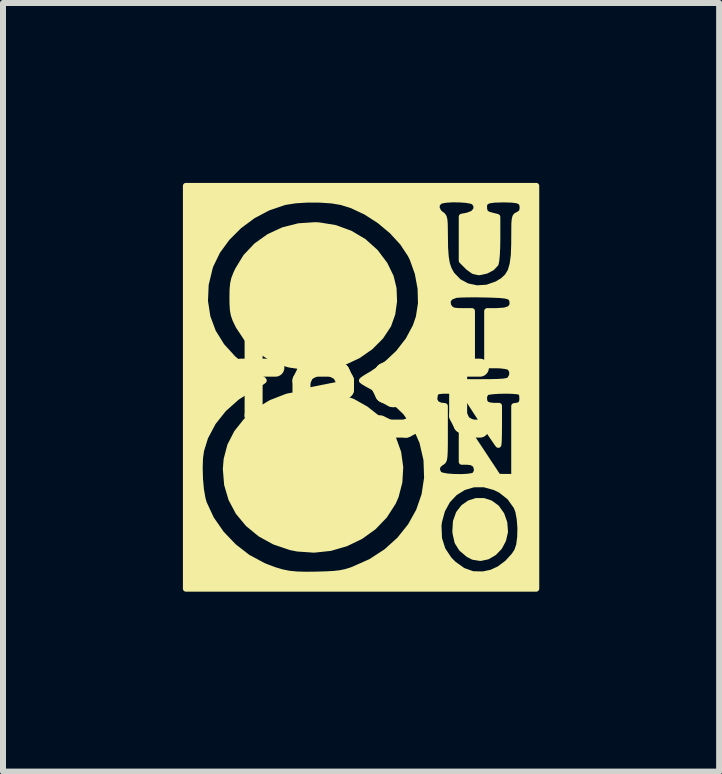
<source format=kicad_pcb>
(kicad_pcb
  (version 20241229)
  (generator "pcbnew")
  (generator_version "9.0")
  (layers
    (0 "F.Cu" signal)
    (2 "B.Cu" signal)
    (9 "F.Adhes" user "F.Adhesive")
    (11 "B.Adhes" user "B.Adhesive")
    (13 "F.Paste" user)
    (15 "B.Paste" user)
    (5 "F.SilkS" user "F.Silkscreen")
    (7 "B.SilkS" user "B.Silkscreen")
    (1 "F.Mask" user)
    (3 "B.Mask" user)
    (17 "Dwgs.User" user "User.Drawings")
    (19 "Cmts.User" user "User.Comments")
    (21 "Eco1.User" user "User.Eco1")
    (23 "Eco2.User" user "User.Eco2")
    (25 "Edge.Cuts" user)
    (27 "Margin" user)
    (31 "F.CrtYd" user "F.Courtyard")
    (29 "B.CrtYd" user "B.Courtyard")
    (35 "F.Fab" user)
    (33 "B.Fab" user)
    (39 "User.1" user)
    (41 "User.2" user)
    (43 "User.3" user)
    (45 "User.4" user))
  (footprint "test"
    (layer "F.Cu")
    (at 2.957 3.408)
    (property "Reference" "test" (at 0 0 0) (layer "F.SilkS") (effects (font (size 1.524 1.524) (thickness 0.3))))
    (attr through_hole)
    (fp_poly (pts (xy 2.414 2.409) (xy 2.383 2.545) (xy 2.32 2.664) (xy 2.23 2.758) (xy 2.122 2.821) (xy 2.004 2.846) (xy 1.883 2.827) (xy 1.806 2.787) (xy 1.691 2.69) (xy 1.622 2.58) (xy 1.59 2.439) (xy 1.586 2.402) (xy 1.596 2.239) (xy 1.644 2.105) (xy 1.723 2.003) (xy 1.823 1.933) (xy 1.937 1.897) (xy 2.056 1.897) (xy 2.17 1.934) (xy 2.273 2.009) (xy 2.355 2.124) (xy 2.403 2.262) (xy 2.414 2.409)) (stroke (width 0.1) (type solid)) (fill yes) (layer "F.SilkS"))
    (fp_poly (pts (xy 0.667 1.333) (xy 0.653 1.579) (xy 0.592 1.815) (xy 0.548 1.916) (xy 0.405 2.139) (xy 0.222 2.33) (xy 0.005 2.486) (xy -0.238 2.603) (xy -0.499 2.679) (xy -0.77 2.708) (xy -1.045 2.689) (xy -1.157 2.667) (xy -1.429 2.575) (xy -1.667 2.444) (xy -1.869 2.278) (xy -2.031 2.083) (xy -2.149 1.862) (xy -2.22 1.62) (xy -2.241 1.363) (xy -2.228 1.203) (xy -2.168 0.974) (xy -2.058 0.759) (xy -1.904 0.565) (xy -1.712 0.396) (xy -1.487 0.26) (xy -1.236 0.162) (xy -1.199 0.151) (xy -1.063 0.127) (xy -0.892 0.116) (xy -0.707 0.116) (xy -0.528 0.129) (xy -0.377 0.153) (xy -0.357 0.158) (xy -0.127 0.24) (xy 0.091 0.363) (xy 0.286 0.516) (xy 0.447 0.692) (xy 0.551 0.86) (xy 0.633 1.088) (xy 0.667 1.333)) (stroke (width 0.1) (type solid)) (fill yes) (layer "F.SilkS"))
    (fp_poly (pts (xy 0.564 -1.435) (xy 0.535 -1.226) (xy 0.469 -1.04) (xy 0.468 -1.037) (xy 0.341 -0.845) (xy 0.17 -0.673) (xy -0.035 -0.53) (xy -0.263 -0.423) (xy -0.363 -0.39) (xy -0.55 -0.355) (xy -0.764 -0.341) (xy -0.979 -0.349) (xy -1.174 -0.378) (xy -1.228 -0.392) (xy -1.484 -0.492) (xy -1.706 -0.633) (xy -1.889 -0.81) (xy -2.028 -1.019) (xy -2.038 -1.039) (xy -2.083 -1.134) (xy -2.11 -1.212) (xy -2.124 -1.293) (xy -2.13 -1.396) (xy -2.131 -1.495) (xy -2.129 -1.629) (xy -2.12 -1.726) (xy -2.102 -1.807) (xy -2.069 -1.892) (xy -2.04 -1.955) (xy -1.907 -2.173) (xy -1.732 -2.359) (xy -1.522 -2.509) (xy -1.284 -2.619) (xy -1.025 -2.685) (xy -0.753 -2.703) (xy -0.69 -2.7) (xy -0.419 -2.656) (xy -0.167 -2.564) (xy 0.059 -2.429) (xy 0.253 -2.255) (xy 0.409 -2.047) (xy 0.509 -1.841) (xy 0.556 -1.647) (xy 0.564 -1.435)) (stroke (width 0.1) (type solid)) (fill yes) (layer "F.SilkS"))
    (fp_poly (pts (xy 2.935 3.358) (xy 2.709 3.358) (xy 2.709 -2.985) (xy 2.703 -3.049) (xy 2.677 -3.092) (xy 2.622 -3.117) (xy 2.531 -3.129) (xy 2.392 -3.133) (xy 2.383 -3.133) (xy 2.24 -3.129) (xy 2.144 -3.116) (xy 2.089 -3.089) (xy 2.065 -3.044) (xy 2.065 -2.977) (xy 2.065 -2.972) (xy 2.082 -2.916) (xy 2.126 -2.883) (xy 2.18 -2.867) (xy 2.286 -2.84) (xy 2.286 -2.477) (xy 2.284 -2.335) (xy 2.278 -2.21) (xy 2.269 -2.114) (xy 2.258 -2.061) (xy 2.257 -2.059) (xy 2.196 -1.994) (xy 2.101 -1.944) (xy 1.994 -1.92) (xy 1.974 -1.919) (xy 1.89 -1.938) (xy 1.804 -2) (xy 1.789 -2.015) (xy 1.693 -2.111) (xy 1.693 -2.478) (xy 1.693 -2.844) (xy 1.792 -2.863) (xy 1.882 -2.898) (xy 1.933 -2.956) (xy 1.94 -3.025) (xy 1.903 -3.088) (xy 1.853 -3.11) (xy 1.764 -3.125) (xy 1.652 -3.133) (xy 1.534 -3.134) (xy 1.426 -3.127) (xy 1.346 -3.112) (xy 1.325 -3.103) (xy 1.278 -3.052) (xy 1.274 -2.984) (xy 1.31 -2.916) (xy 1.341 -2.89) (xy 1.371 -2.868) (xy 1.391 -2.841) (xy 1.403 -2.798) (xy 1.409 -2.729) (xy 1.411 -2.622) (xy 1.412 -2.516) (xy 1.415 -2.322) (xy 1.426 -2.174) (xy 1.445 -2.06) (xy 1.476 -1.969) (xy 1.52 -1.889) (xy 1.527 -1.878) (xy 1.64 -1.761) (xy 1.783 -1.684) (xy 1.945 -1.65) (xy 2.115 -1.661) (xy 2.279 -1.718) (xy 2.379 -1.778) (xy 2.454 -1.848) (xy 2.507 -1.936) (xy 2.541 -2.051) (xy 2.561 -2.202) (xy 2.568 -2.397) (xy 2.568 -2.469) (xy 2.569 -2.623) (xy 2.57 -2.729) (xy 2.576 -2.798) (xy 2.586 -2.839) (xy 2.602 -2.861) (xy 2.627 -2.874) (xy 2.639 -2.879) (xy 2.694 -2.918) (xy 2.709 -2.985) (xy 2.709 3.358) (xy 2.704 3.358) (xy 2.704 0.201) (xy 2.7 0.122) (xy 2.676 0.081) (xy 2.626 0.067) (xy 2.54 0.06) (xy 2.54 -1.391) (xy 2.536 -1.446) (xy 2.52 -1.485) (xy 2.485 -1.512) (xy 2.422 -1.529) (xy 2.322 -1.539) (xy 2.179 -1.545) (xy 2.085 -1.547) (xy 1.931 -1.55) (xy 1.791 -1.549) (xy 1.677 -1.546) (xy 1.602 -1.541) (xy 1.59 -1.539) (xy 1.501 -1.504) (xy 1.457 -1.444) (xy 1.464 -1.369) (xy 1.48 -1.339) (xy 1.513 -1.3) (xy 1.558 -1.279) (xy 1.631 -1.271) (xy 1.694 -1.27) (xy 1.863 -1.27) (xy 1.863 -0.818) (xy 1.863 -0.367) (xy 1.707 -0.367) (xy 1.601 -0.36) (xy 1.531 -0.338) (xy 1.496 -0.31) (xy 1.45 -0.257) (xy 1.446 -0.212) (xy 1.48 -0.152) (xy 1.483 -0.147) (xy 1.502 -0.124) (xy 1.526 -0.107) (xy 1.565 -0.096) (xy 1.627 -0.09) (xy 1.722 -0.086) (xy 1.857 -0.085) (xy 1.989 -0.085) (xy 2.167 -0.086) (xy 2.297 -0.089) (xy 2.387 -0.095) (xy 2.446 -0.104) (xy 2.482 -0.118) (xy 2.496 -0.129) (xy 2.534 -0.197) (xy 2.534 -0.271) (xy 2.498 -0.329) (xy 2.485 -0.338) (xy 2.427 -0.354) (xy 2.337 -0.365) (xy 2.274 -0.367) (xy 2.117 -0.367) (xy 2.117 -0.818) (xy 2.117 -1.27) (xy 2.274 -1.27) (xy 2.409 -1.279) (xy 2.495 -1.308) (xy 2.535 -1.359) (xy 2.54 -1.391) (xy 2.54 0.06) (xy 2.538 0.059) (xy 2.429 0.057) (xy 2.313 0.059) (xy 2.208 0.066) (xy 2.129 0.077) (xy 2.094 0.09) (xy 2.064 0.155) (xy 2.068 0.231) (xy 2.094 0.277) (xy 2.144 0.3) (xy 2.219 0.31) (xy 2.221 0.31) (xy 2.314 0.31) (xy 2.314 0.635) (xy 2.313 0.763) (xy 2.311 0.867) (xy 2.307 0.936) (xy 2.303 0.96) (xy 2.285 0.937) (xy 2.242 0.874) (xy 2.177 0.779) (xy 2.097 0.657) (xy 2.006 0.518) (xy 2 0.508) (xy 1.707 0.057) (xy 1.488 0.057) (xy 1.376 0.058) (xy 1.308 0.064) (xy 1.271 0.079) (xy 1.251 0.105) (xy 1.245 0.12) (xy 1.234 0.207) (xy 1.267 0.273) (xy 1.337 0.305) (xy 1.337 0.305) (xy 1.411 0.314) (xy 1.411 0.771) (xy 1.411 0.941) (xy 1.409 1.064) (xy 1.405 1.147) (xy 1.398 1.199) (xy 1.385 1.23) (xy 1.367 1.246) (xy 1.348 1.256) (xy 1.291 1.307) (xy 1.277 1.377) (xy 1.309 1.446) (xy 1.313 1.45) (xy 1.363 1.472) (xy 1.452 1.488) (xy 1.565 1.496) (xy 1.684 1.498) (xy 1.793 1.492) (xy 1.876 1.479) (xy 1.913 1.462) (xy 1.942 1.407) (xy 1.947 1.369) (xy 1.925 1.292) (xy 1.859 1.25) (xy 1.786 1.242) (xy 1.693 1.242) (xy 1.693 0.91) (xy 1.694 0.579) (xy 1.997 1.036) (xy 2.3 1.494) (xy 2.434 1.495) (xy 2.568 1.496) (xy 2.568 0.905) (xy 2.568 0.314) (xy 2.632 0.305) (xy 2.679 0.285) (xy 2.701 0.23) (xy 2.704 0.201) (xy 2.704 3.358) (xy 2.671 3.358) (xy 2.671 2.349) (xy 2.66 2.2) (xy 2.636 2.069) (xy 2.606 1.99) (xy 2.494 1.833) (xy 2.346 1.716) (xy 2.248 1.667) (xy 2.066 1.617) (xy 1.889 1.618) (xy 1.724 1.667) (xy 1.577 1.758) (xy 1.455 1.887) (xy 1.365 2.05) (xy 1.313 2.242) (xy 1.305 2.311) (xy 1.314 2.523) (xy 1.372 2.708) (xy 1.481 2.872) (xy 1.555 2.947) (xy 1.712 3.059) (xy 1.874 3.117) (xy 2.048 3.121) (xy 2.19 3.091) (xy 2.321 3.03) (xy 2.453 2.931) (xy 2.565 2.809) (xy 2.617 2.73) (xy 2.65 2.633) (xy 2.667 2.5) (xy 2.671 2.349) (xy 2.671 3.358) (xy 1.115 3.358) (xy 1.115 1.511) (xy 1.105 1.221) (xy 1.103 1.202) (xy 1.036 0.912) (xy 0.921 0.65) (xy 0.758 0.417) (xy 0.546 0.213) (xy 0.285 0.036) (xy 0.205 -0.007) (xy 0.118 -0.054) (xy 0.055 -0.092) (xy 0.029 -0.112) (xy 0.029 -0.113) (xy 0.052 -0.133) (xy 0.112 -0.172) (xy 0.197 -0.221) (xy 0.204 -0.226) (xy 0.435 -0.383) (xy 0.637 -0.573) (xy 0.803 -0.787) (xy 0.925 -1.016) (xy 0.977 -1.168) (xy 1.013 -1.399) (xy 1.006 -1.65) (xy 0.959 -1.903) (xy 0.873 -2.144) (xy 0.839 -2.213) (xy 0.707 -2.412) (xy 0.531 -2.604) (xy 0.323 -2.778) (xy 0.095 -2.925) (xy -0.142 -3.036) (xy -0.314 -3.089) (xy -0.477 -3.116) (xy -0.672 -3.129) (xy -0.88 -3.13) (xy -1.078 -3.118) (xy -1.245 -3.092) (xy -1.268 -3.087) (xy -1.536 -2.996) (xy -1.789 -2.862) (xy -2.02 -2.691) (xy -2.22 -2.491) (xy -2.382 -2.269) (xy -2.497 -2.033) (xy -2.509 -1.997) (xy -2.577 -1.713) (xy -2.589 -1.437) (xy -2.548 -1.172) (xy -2.455 -0.922) (xy -2.31 -0.688) (xy -2.115 -0.474) (xy -1.872 -0.283) (xy -1.729 -0.195) (xy -1.659 -0.153) (xy -1.616 -0.122) (xy -1.609 -0.113) (xy -1.632 -0.094) (xy -1.693 -0.057) (xy -1.779 -0.009) (xy -1.792 -0.002) (xy -2.056 0.165) (xy -2.278 0.363) (xy -2.455 0.586) (xy -2.585 0.831) (xy -2.653 1.049) (xy -2.672 1.182) (xy -2.677 1.349) (xy -2.672 1.529) (xy -2.656 1.705) (xy -2.63 1.856) (xy -2.608 1.933) (xy -2.487 2.194) (xy -2.318 2.438) (xy -2.111 2.655) (xy -1.875 2.838) (xy -1.617 2.976) (xy -1.575 2.994) (xy -1.431 3.048) (xy -1.307 3.085) (xy -1.188 3.109) (xy -1.057 3.122) (xy -0.899 3.126) (xy -0.734 3.124) (xy -0.563 3.119) (xy -0.434 3.112) (xy -0.333 3.1) (xy -0.246 3.082) (xy -0.159 3.056) (xy -0.118 3.041) (xy 0.175 2.911) (xy 0.434 2.743) (xy 0.657 2.542) (xy 0.839 2.314) (xy 0.979 2.063) (xy 1.072 1.794) (xy 1.115 1.511) (xy 1.115 3.358) (xy 0.014 3.358) (xy -2.907 3.358) (xy -2.907 0) (xy -2.907 -3.358) (xy 0.014 -3.358) (xy 2.935 -3.358) (xy 2.935 0) (xy 2.935 3.358)) (stroke (width 0.1) (type solid)) (fill yes) (layer "F.SilkS")))
  (gr_rect
    (start -3 -3)
    (end 8.942 9.817)
    (stroke (width 0.1) (type default))
    (fill no)
    (layer "Edge.Cuts")))
</source>
